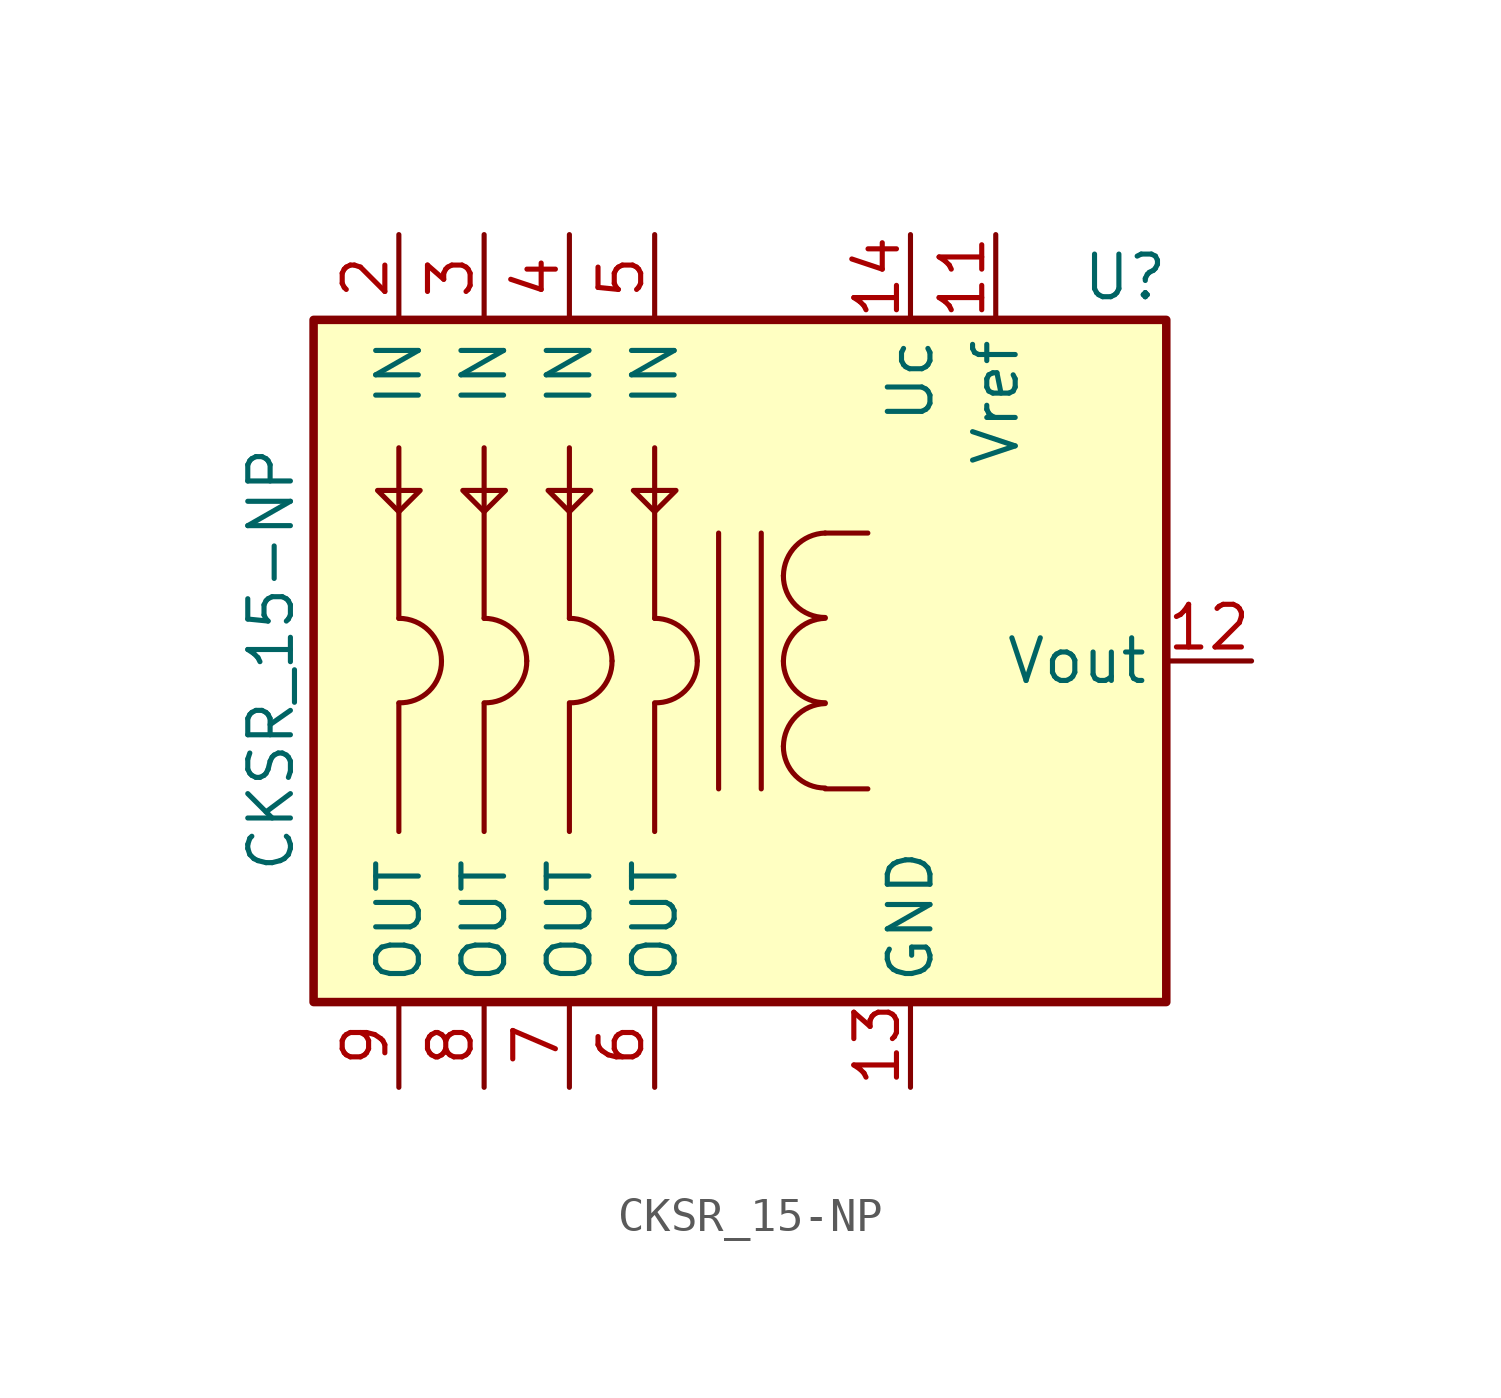
<source format=kicad_sym>
(kicad_symbol_lib
  (version 20200908)
  (generator kicad_symbol_editor)
  (symbol "Sensor_Current:CKSR_15-NP"
    (property "Reference" "U"
      (at 10.16 11.43 0)
      (effects (font (size 1.27 1.27)) (justify left)))
    (property "Value" "CKSR_15-NP"
      (at -13.97 -6.35 90)
      (effects (font (size 1.27 1.27)) (justify left)))
    (symbol "CKSR_15-NP_1_1"
      (arc (start -10.16 1.27) (end -8.89 0) (radius (at -10.16 0) (length 1.27) (angles 89.9 0.1)) (stroke (width 0)) (fill (type none)))
      (arc (start -8.89 0) (end -10.16 -1.2446) (radius (at -10.16 0) (length 1.27) (angles -0.1 -89.9)) (stroke (width 0)) (fill (type none)))
      (arc (start -7.62 1.27) (end -6.35 0) (radius (at -7.62 0) (length 1.27) (angles 89.9 0.1)) (stroke (width 0)) (fill (type none)))
      (arc (start -6.35 0) (end -7.62 -1.2446) (radius (at -7.62 0) (length 1.27) (angles -0.1 -89.9)) (stroke (width 0)) (fill (type none)))
      (arc (start -5.08 1.27) (end -3.81 0) (radius (at -5.08 0) (length 1.27) (angles 89.9 0.1)) (stroke (width 0)) (fill (type none)))
      (arc (start -3.81 0) (end -5.08 -1.2446) (radius (at -5.08 0) (length 1.27) (angles -0.1 -89.9)) (stroke (width 0)) (fill (type none)))
      (arc (start -2.54 1.27) (end -1.27 0) (radius (at -2.54 0) (length 1.27) (angles 89.9 0.1)) (stroke (width 0)) (fill (type none)))
      (arc (start -1.27 0) (end -2.54 -1.2446) (radius (at -2.54 0) (length 1.27) (angles -0.1 -89.9)) (stroke (width 0)) (fill (type none)))
      (arc (start 2.54 -1.27) (end 1.2954 -2.54) (radius (at 2.54 -2.54) (length 1.27) (angles 89.9 -179.9)) (stroke (width 0)) (fill (type none)))
      (arc (start 1.2954 -2.54) (end 2.54 -3.7846) (radius (at 2.54 -2.54) (length 1.27) (angles 179.9 -89.9)) (stroke (width 0)) (fill (type none)))
      (arc (start 2.54 1.27) (end 1.2954 0) (radius (at 2.54 0) (length 1.27) (angles 89.9 -179.9)) (stroke (width 0)) (fill (type none)))
      (arc (start 1.2954 0) (end 2.54 -1.2446) (radius (at 2.54 0) (length 1.27) (angles 179.9 -89.9)) (stroke (width 0)) (fill (type none)))
      (arc (start 2.54 3.81) (end 1.2954 2.54) (radius (at 2.54 2.54) (length 1.27) (angles 89.9 -179.9)) (stroke (width 0)) (fill (type none)))
      (arc (start 1.2954 2.54) (end 2.54 1.2954) (radius (at 2.54 2.54) (length 1.27) (angles 179.9 -89.9)) (stroke (width 0)) (fill (type none)))
      (polyline (pts (xy -0.635 3.81) (xy -0.635 -3.81)) (stroke (width 0)) (fill (type none)))
      (polyline (pts (xy 0.635 -3.81) (xy 0.635 3.81)) (stroke (width 0)) (fill (type none)))
      (pin bidirectional line (at 7.62 12.7 270) (length 2.54) (name "Vref" (effects (font (size 1.27 1.27)))) (number "11" (effects (font (size 1.27 1.27)))))
      (pin output line (at 15.24 0 180) (length 2.54) (name "Vout" (effects (font (size 1.27 1.27)))) (number "12" (effects (font (size 1.27 1.27)))))
      (pin power_in line (at 5.08 -12.7 90) (length 2.54) (name "GND" (effects (font (size 1.27 1.27)))) (number "13" (effects (font (size 1.27 1.27)))))
      (pin power_in line (at 5.08 12.7 270) (length 2.54) (name "Uc" (effects (font (size 1.27 1.27)))) (number "14" (effects (font (size 1.27 1.27)))))
      (pin passive line (at -10.16 12.7 270) (length 2.54) (name "IN" (effects (font (size 1.27 1.27)))) (number "2" (effects (font (size 1.27 1.27)))))
      (pin passive line (at -7.62 12.7 270) (length 2.54) (name "IN" (effects (font (size 1.27 1.27)))) (number "3" (effects (font (size 1.27 1.27)))))
      (pin passive line (at -5.08 12.7 270) (length 2.54) (name "IN" (effects (font (size 1.27 1.27)))) (number "4" (effects (font (size 1.27 1.27)))))
      (pin passive line (at -2.54 12.7 270) (length 2.54) (name "IN" (effects (font (size 1.27 1.27)))) (number "5" (effects (font (size 1.27 1.27)))))
      (pin passive line (at -2.54 -12.7 90) (length 2.54) (name "OUT" (effects (font (size 1.27 1.27)))) (number "6" (effects (font (size 1.27 1.27)))))
      (pin passive line (at -5.08 -12.7 90) (length 2.54) (name "OUT" (effects (font (size 1.27 1.27)))) (number "7" (effects (font (size 1.27 1.27)))))
      (pin passive line (at -7.62 -12.7 90) (length 2.54) (name "OUT" (effects (font (size 1.27 1.27)))) (number "8" (effects (font (size 1.27 1.27)))))
      (pin passive line (at -10.16 -12.7 90) (length 2.54) (name "OUT" (effects (font (size 1.27 1.27)))) (number "9" (effects (font (size 1.27 1.27))))))
    (symbol "CKSR_15-NP_0_1"
      (rectangle (start -12.7 10.16) (end 12.7 -10.16) (stroke (width 0.254)) (fill (type background)))
      (polyline (pts (xy -10.16 -1.27) (xy -10.16 -5.08)) (stroke (width 0)) (fill (type none)))
      (polyline (pts (xy -10.16 1.27) (xy -10.16 6.35)) (stroke (width 0)) (fill (type none)))
      (polyline (pts (xy -7.62 -1.27) (xy -7.62 -5.08)) (stroke (width 0)) (fill (type none)))
      (polyline (pts (xy -7.62 1.27) (xy -7.62 6.35)) (stroke (width 0)) (fill (type none)))
      (polyline (pts (xy -5.08 -1.27) (xy -5.08 -5.08)) (stroke (width 0)) (fill (type none)))
      (polyline (pts (xy -5.08 1.27) (xy -5.08 6.35)) (stroke (width 0)) (fill (type none)))
      (polyline (pts (xy -2.54 -1.27) (xy -2.54 -5.08)) (stroke (width 0)) (fill (type none)))
      (polyline (pts (xy -2.54 1.27) (xy -2.54 6.35)) (stroke (width 0)) (fill (type none)))
      (polyline (pts (xy 2.54 -3.81) (xy 3.81 -3.81)) (stroke (width 0)) (fill (type none)))
      (polyline (pts (xy 2.54 3.81) (xy 3.81 3.81)) (stroke (width 0)) (fill (type none)))
      (polyline (pts (xy -9.525 5.08) (xy -10.795 5.08) (xy -10.16 4.445) (xy -9.525 5.08)) (stroke (width 0)) (fill (type none)))
      (polyline (pts (xy -6.985 5.08) (xy -8.255 5.08) (xy -7.62 4.445) (xy -6.985 5.08)) (stroke (width 0)) (fill (type none)))
      (polyline (pts (xy -4.445 5.08) (xy -5.715 5.08) (xy -5.08 4.445) (xy -4.445 5.08)) (stroke (width 0)) (fill (type none)))
      (polyline (pts (xy -1.905 5.08) (xy -2.54 4.445) (xy -3.175 5.08) (xy -1.905 5.08)) (stroke (width 0)) (fill (type none))))))
</source>
